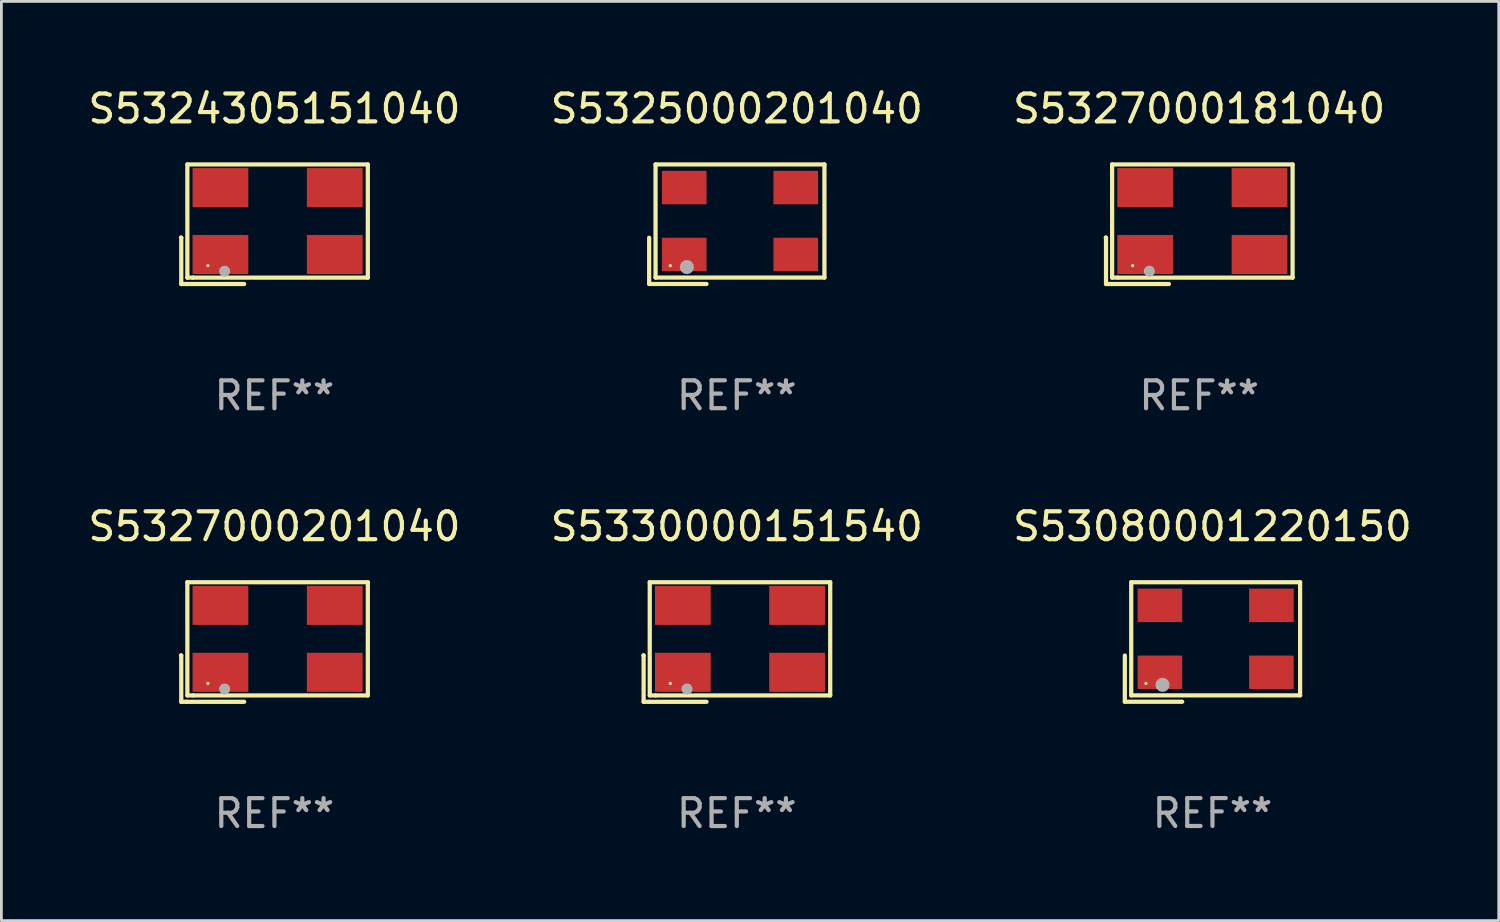
<source format=kicad_pcb>
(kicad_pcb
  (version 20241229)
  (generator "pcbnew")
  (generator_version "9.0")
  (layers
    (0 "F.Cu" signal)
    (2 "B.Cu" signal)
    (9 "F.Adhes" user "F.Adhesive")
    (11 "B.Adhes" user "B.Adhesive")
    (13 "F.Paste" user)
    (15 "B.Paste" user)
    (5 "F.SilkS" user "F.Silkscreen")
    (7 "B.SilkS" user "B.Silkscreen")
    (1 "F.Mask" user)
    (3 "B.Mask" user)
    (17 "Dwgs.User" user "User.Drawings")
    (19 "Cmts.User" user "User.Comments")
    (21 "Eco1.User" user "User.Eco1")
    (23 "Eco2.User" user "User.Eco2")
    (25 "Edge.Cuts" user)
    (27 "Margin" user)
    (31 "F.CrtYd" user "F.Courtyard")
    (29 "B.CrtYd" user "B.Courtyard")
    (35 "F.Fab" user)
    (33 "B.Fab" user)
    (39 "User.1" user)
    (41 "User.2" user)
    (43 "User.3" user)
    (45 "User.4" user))
  (footprint "S5330000151540"
    (layer "F.Cu")
    (at 23.375 19.976)
    (property "Reference" "S5330000151540" (at 0 -4.144 0) (layer "F.SilkS") (effects (font (size 1 1) (thickness 0.15))))
    (attr through_hole)
    (fp_line (start -3.35 0.476) (end -3.341 0.485) (stroke (width 0.152) (type solid)) (layer "F.SilkS"))
    (fp_line (start -3.341 0.485) (end -3.341 2.144) (stroke (width 0.152) (type solid)) (layer "F.SilkS"))
    (fp_line (start -3.341 2.144) (end -3.143 2.144) (stroke (width 0.152) (type solid)) (layer "F.SilkS"))
    (fp_line (start -3.143 2.144) (end -1.085 2.144) (stroke (width 0.152) (type solid)) (layer "F.SilkS"))
    (fp_line (start -3.122 -2.144) (end 3.35 -2.144) (stroke (width 0.152) (type solid)) (layer "F.SilkS"))
    (fp_line (start -3.122 1.915) (end -3.122 -2.144) (stroke (width 0.152) (type solid)) (layer "F.SilkS"))
    (fp_line (start -2.914 1.915) (end -3.122 1.915) (stroke (width 0.152) (type solid)) (layer "F.SilkS"))
    (fp_line (start 3.35 -2.144) (end 3.35 1.915) (stroke (width 0.152) (type solid)) (layer "F.SilkS"))
    (fp_line (start 3.35 1.915) (end -2.914 1.915) (stroke (width 0.152) (type solid)) (layer "F.SilkS"))
    (fp_circle (center -2.386 1.486) (end -2.356 1.486) (stroke (width 0.06) (type solid)) (fill no) (layer "F.SilkS"))
    (fp_circle (center -1.786 1.686) (end -1.686 1.686) (stroke (width 0.2) (type solid)) (fill no) (layer "F.Fab"))
    (fp_text user "REF**" (at 0 6.144 0) (layer "F.Fab") (effects (font (size 1 1) (thickness 0.15))))
    (pad "1" smd rect (at -1.936 1.086) (size 2 1.4) (layers "F.Cu" "F.Mask" "F.Paste"))
    (pad "2" smd rect (at 2.164 1.086) (size 2 1.4) (layers "F.Cu" "F.Mask" "F.Paste"))
    (pad "3" smd rect (at 2.164 -1.314) (size 2 1.4) (layers "F.Cu" "F.Mask" "F.Paste"))
    (pad "4" smd rect (at -1.936 -1.314) (size 2 1.4) (layers "F.Cu" "F.Mask" "F.Paste")))
  (footprint "S5325000201040"
    (layer "F.Cu")
    (at 23.375 4.991)
    (property "Reference" "S5325000201040" (at 0 -4.143 0) (layer "F.SilkS") (effects (font (size 1 1) (thickness 0.15))))
    (attr through_hole)
    (fp_line (start -3.143 0.486) (end -3.143 2.143) (stroke (width 0.152) (type solid)) (layer "F.SilkS"))
    (fp_line (start -3.143 2.143) (end -1.086 2.143) (stroke (width 0.152) (type solid)) (layer "F.SilkS"))
    (fp_line (start -2.914 -2.143) (end 3.143 -2.143) (stroke (width 0.152) (type solid)) (layer "F.SilkS"))
    (fp_line (start -2.914 1.914) (end -2.914 -2.143) (stroke (width 0.152) (type solid)) (layer "F.SilkS"))
    (fp_line (start 3.143 -2.143) (end 3.143 1.914) (stroke (width 0.152) (type solid)) (layer "F.SilkS"))
    (fp_line (start 3.143 1.914) (end -2.914 1.914) (stroke (width 0.152) (type solid)) (layer "F.SilkS"))
    (fp_circle (center -2.386 1.486) (end -2.356 1.486) (stroke (width 0.06) (type solid)) (fill no) (layer "F.SilkS"))
    (fp_circle (center -1.791 1.537) (end -1.664 1.537) (stroke (width 0.254) (type solid)) (fill no) (layer "F.Fab"))
    (fp_text user "REF**" (at 0 6.143 0) (layer "F.Fab") (effects (font (size 1 1) (thickness 0.15))))
    (pad "1" smd rect (at -1.886 1.086) (size 1.6 1.2) (layers "F.Cu" "F.Mask" "F.Paste"))
    (pad "2" smd rect (at 2.114 1.086) (size 1.6 1.2) (layers "F.Cu" "F.Mask" "F.Paste"))
    (pad "3" smd rect (at 2.114 -1.314) (size 1.6 1.2) (layers "F.Cu" "F.Mask" "F.Paste"))
    (pad "4" smd rect (at -1.886 -1.314) (size 1.6 1.2) (layers "F.Cu" "F.Mask" "F.Paste")))
  (footprint "S53080001220150"
    (layer "F.Cu")
    (at 40.435 19.975)
    (property "Reference" "S53080001220150" (at 0 -4.143 0) (layer "F.SilkS") (effects (font (size 1 1) (thickness 0.15))))
    (attr through_hole)
    (fp_line (start -3.143 0.486) (end -3.143 2.143) (stroke (width 0.152) (type solid)) (layer "F.SilkS"))
    (fp_line (start -3.143 2.143) (end -1.086 2.143) (stroke (width 0.152) (type solid)) (layer "F.SilkS"))
    (fp_line (start -2.914 -2.143) (end 3.143 -2.143) (stroke (width 0.152) (type solid)) (layer "F.SilkS"))
    (fp_line (start -2.914 1.914) (end -2.914 -2.143) (stroke (width 0.152) (type solid)) (layer "F.SilkS"))
    (fp_line (start 3.143 -2.143) (end 3.143 1.914) (stroke (width 0.152) (type solid)) (layer "F.SilkS"))
    (fp_line (start 3.143 1.914) (end -2.914 1.914) (stroke (width 0.152) (type solid)) (layer "F.SilkS"))
    (fp_circle (center -2.386 1.486) (end -2.356 1.486) (stroke (width 0.06) (type solid)) (fill no) (layer "F.SilkS"))
    (fp_circle (center -1.791 1.537) (end -1.664 1.537) (stroke (width 0.254) (type solid)) (fill no) (layer "F.Fab"))
    (fp_text user "REF**" (at 0 6.143 0) (layer "F.Fab") (effects (font (size 1 1) (thickness 0.15))))
    (pad "1" smd rect (at -1.886 1.086) (size 1.6 1.2) (layers "F.Cu" "F.Mask" "F.Paste"))
    (pad "2" smd rect (at 2.114 1.086) (size 1.6 1.2) (layers "F.Cu" "F.Mask" "F.Paste"))
    (pad "3" smd rect (at 2.114 -1.314) (size 1.6 1.2) (layers "F.Cu" "F.Mask" "F.Paste"))
    (pad "4" smd rect (at -1.886 -1.314) (size 1.6 1.2) (layers "F.Cu" "F.Mask" "F.Paste")))
  (footprint "S5327000201040"
    (layer "F.Cu")
    (at 6.792 19.976)
    (property "Reference" "S5327000201040" (at 0 -4.144 0) (layer "F.SilkS") (effects (font (size 1 1) (thickness 0.15))))
    (attr through_hole)
    (fp_line (start -3.35 0.476) (end -3.341 0.485) (stroke (width 0.152) (type solid)) (layer "F.SilkS"))
    (fp_line (start -3.341 0.485) (end -3.341 2.144) (stroke (width 0.152) (type solid)) (layer "F.SilkS"))
    (fp_line (start -3.341 2.144) (end -3.143 2.144) (stroke (width 0.152) (type solid)) (layer "F.SilkS"))
    (fp_line (start -3.143 2.144) (end -1.085 2.144) (stroke (width 0.152) (type solid)) (layer "F.SilkS"))
    (fp_line (start -3.122 -2.144) (end 3.35 -2.144) (stroke (width 0.152) (type solid)) (layer "F.SilkS"))
    (fp_line (start -3.122 1.915) (end -3.122 -2.144) (stroke (width 0.152) (type solid)) (layer "F.SilkS"))
    (fp_line (start -2.914 1.915) (end -3.122 1.915) (stroke (width 0.152) (type solid)) (layer "F.SilkS"))
    (fp_line (start 3.35 -2.144) (end 3.35 1.915) (stroke (width 0.152) (type solid)) (layer "F.SilkS"))
    (fp_line (start 3.35 1.915) (end -2.914 1.915) (stroke (width 0.152) (type solid)) (layer "F.SilkS"))
    (fp_circle (center -2.386 1.486) (end -2.356 1.486) (stroke (width 0.06) (type solid)) (fill no) (layer "F.SilkS"))
    (fp_circle (center -1.786 1.686) (end -1.686 1.686) (stroke (width 0.2) (type solid)) (fill no) (layer "F.Fab"))
    (fp_text user "REF**" (at 0 6.144 0) (layer "F.Fab") (effects (font (size 1 1) (thickness 0.15))))
    (pad "1" smd rect (at -1.936 1.086) (size 2 1.4) (layers "F.Cu" "F.Mask" "F.Paste"))
    (pad "2" smd rect (at 2.164 1.086) (size 2 1.4) (layers "F.Cu" "F.Mask" "F.Paste"))
    (pad "3" smd rect (at 2.164 -1.314) (size 2 1.4) (layers "F.Cu" "F.Mask" "F.Paste"))
    (pad "4" smd rect (at -1.936 -1.314) (size 2 1.4) (layers "F.Cu" "F.Mask" "F.Paste")))
  (footprint "S5327000181040"
    (layer "F.Cu")
    (at 39.958 4.992)
    (property "Reference" "S5327000181040" (at 0 -4.144 0) (layer "F.SilkS") (effects (font (size 1 1) (thickness 0.15))))
    (attr through_hole)
    (fp_line (start -3.35 0.476) (end -3.341 0.485) (stroke (width 0.152) (type solid)) (layer "F.SilkS"))
    (fp_line (start -3.341 0.485) (end -3.341 2.144) (stroke (width 0.152) (type solid)) (layer "F.SilkS"))
    (fp_line (start -3.341 2.144) (end -3.143 2.144) (stroke (width 0.152) (type solid)) (layer "F.SilkS"))
    (fp_line (start -3.143 2.144) (end -1.085 2.144) (stroke (width 0.152) (type solid)) (layer "F.SilkS"))
    (fp_line (start -3.122 -2.144) (end 3.35 -2.144) (stroke (width 0.152) (type solid)) (layer "F.SilkS"))
    (fp_line (start -3.122 1.915) (end -3.122 -2.144) (stroke (width 0.152) (type solid)) (layer "F.SilkS"))
    (fp_line (start -2.914 1.915) (end -3.122 1.915) (stroke (width 0.152) (type solid)) (layer "F.SilkS"))
    (fp_line (start 3.35 -2.144) (end 3.35 1.915) (stroke (width 0.152) (type solid)) (layer "F.SilkS"))
    (fp_line (start 3.35 1.915) (end -2.914 1.915) (stroke (width 0.152) (type solid)) (layer "F.SilkS"))
    (fp_circle (center -2.386 1.486) (end -2.356 1.486) (stroke (width 0.06) (type solid)) (fill no) (layer "F.SilkS"))
    (fp_circle (center -1.786 1.686) (end -1.686 1.686) (stroke (width 0.2) (type solid)) (fill no) (layer "F.Fab"))
    (fp_text user "REF**" (at 0 6.144 0) (layer "F.Fab") (effects (font (size 1 1) (thickness 0.15))))
    (pad "1" smd rect (at -1.936 1.086) (size 2 1.4) (layers "F.Cu" "F.Mask" "F.Paste"))
    (pad "2" smd rect (at 2.164 1.086) (size 2 1.4) (layers "F.Cu" "F.Mask" "F.Paste"))
    (pad "3" smd rect (at 2.164 -1.314) (size 2 1.4) (layers "F.Cu" "F.Mask" "F.Paste"))
    (pad "4" smd rect (at -1.936 -1.314) (size 2 1.4) (layers "F.Cu" "F.Mask" "F.Paste")))
  (footprint "S5324305151040"
    (layer "F.Cu")
    (at 6.792 4.992)
    (property "Reference" "S5324305151040" (at 0 -4.144 0) (layer "F.SilkS") (effects (font (size 1 1) (thickness 0.15))))
    (attr through_hole)
    (fp_line (start -3.35 0.476) (end -3.341 0.485) (stroke (width 0.152) (type solid)) (layer "F.SilkS"))
    (fp_line (start -3.341 0.485) (end -3.341 2.144) (stroke (width 0.152) (type solid)) (layer "F.SilkS"))
    (fp_line (start -3.341 2.144) (end -3.143 2.144) (stroke (width 0.152) (type solid)) (layer "F.SilkS"))
    (fp_line (start -3.143 2.144) (end -1.085 2.144) (stroke (width 0.152) (type solid)) (layer "F.SilkS"))
    (fp_line (start -3.122 -2.144) (end 3.35 -2.144) (stroke (width 0.152) (type solid)) (layer "F.SilkS"))
    (fp_line (start -3.122 1.915) (end -3.122 -2.144) (stroke (width 0.152) (type solid)) (layer "F.SilkS"))
    (fp_line (start -2.914 1.915) (end -3.122 1.915) (stroke (width 0.152) (type solid)) (layer "F.SilkS"))
    (fp_line (start 3.35 -2.144) (end 3.35 1.915) (stroke (width 0.152) (type solid)) (layer "F.SilkS"))
    (fp_line (start 3.35 1.915) (end -2.914 1.915) (stroke (width 0.152) (type solid)) (layer "F.SilkS"))
    (fp_circle (center -2.386 1.486) (end -2.356 1.486) (stroke (width 0.06) (type solid)) (fill no) (layer "F.SilkS"))
    (fp_circle (center -1.786 1.686) (end -1.686 1.686) (stroke (width 0.2) (type solid)) (fill no) (layer "F.Fab"))
    (fp_text user "REF**" (at 0 6.144 0) (layer "F.Fab") (effects (font (size 1 1) (thickness 0.15))))
    (pad "1" smd rect (at -1.936 1.086) (size 2 1.4) (layers "F.Cu" "F.Mask" "F.Paste"))
    (pad "2" smd rect (at 2.164 1.086) (size 2 1.4) (layers "F.Cu" "F.Mask" "F.Paste"))
    (pad "3" smd rect (at 2.164 -1.314) (size 2 1.4) (layers "F.Cu" "F.Mask" "F.Paste"))
    (pad "4" smd rect (at -1.936 -1.314) (size 2 1.4) (layers "F.Cu" "F.Mask" "F.Paste")))
  (gr_rect
    (start -3 -3)
    (end 50.702 29.968)
    (stroke (width 0.1) (type default))
    (fill no)
    (layer "Edge.Cuts")))
</source>
